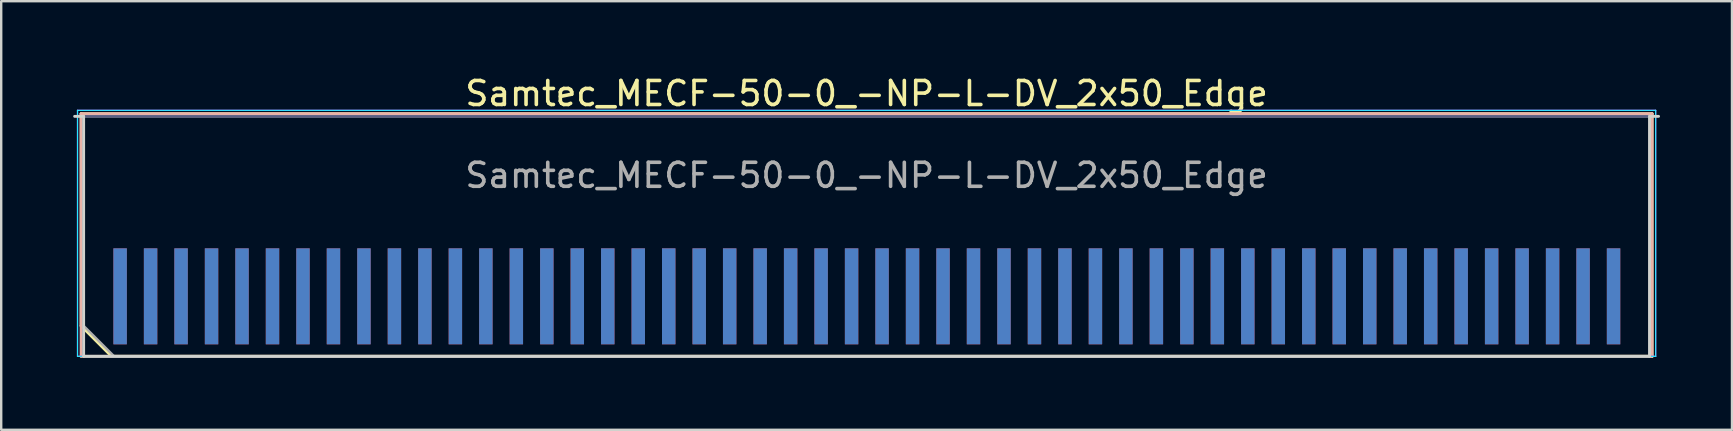
<source format=kicad_pcb>
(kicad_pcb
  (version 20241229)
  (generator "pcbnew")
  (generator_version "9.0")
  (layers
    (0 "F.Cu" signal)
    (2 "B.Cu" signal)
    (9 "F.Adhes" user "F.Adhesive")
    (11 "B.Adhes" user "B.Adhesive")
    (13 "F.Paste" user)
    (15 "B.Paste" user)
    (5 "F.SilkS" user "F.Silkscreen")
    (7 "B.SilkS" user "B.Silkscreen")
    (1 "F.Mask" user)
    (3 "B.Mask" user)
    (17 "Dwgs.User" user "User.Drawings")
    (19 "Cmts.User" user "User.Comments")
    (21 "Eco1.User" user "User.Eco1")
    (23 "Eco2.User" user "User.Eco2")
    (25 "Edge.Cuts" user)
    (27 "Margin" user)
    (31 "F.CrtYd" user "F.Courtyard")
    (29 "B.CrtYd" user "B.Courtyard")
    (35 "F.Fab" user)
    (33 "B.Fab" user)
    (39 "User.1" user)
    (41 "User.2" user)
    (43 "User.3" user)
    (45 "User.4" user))
  (footprint "Samtec_MECF-50-0_-NP-L-DV_2x50_Edge"
    (layer "F.Cu")
    (at 33.06 6.798)
    (property "Reference" "Samtec_MECF-50-0_-NP-L-DV_2x50_Edge" (at 0 -5.95 0) (layer "F.SilkS") (effects (font (size 1 1) (thickness 0.15))))
    (attr exclude_from_pos_files exclude_from_bom)
    (fp_line (start -32.73 -5.11) (end 32.73 -5.11) (stroke (width 0.12) (type solid)) (layer "F.SilkS"))
    (fp_line (start -32.73 3.73) (end -32.73 -5.11) (stroke (width 0.12) (type solid)) (layer "F.SilkS"))
    (fp_line (start -31.46 5) (end -32.73 3.73) (stroke (width 0.12) (type solid)) (layer "F.SilkS"))
    (fp_line (start -31.46 5) (end 32.73 5) (stroke (width 0.12) (type solid)) (layer "F.SilkS"))
    (fp_line (start 32.73 5) (end 32.73 -5.11) (stroke (width 0.12) (type solid)) (layer "F.SilkS"))
    (fp_line (start -32.73 -5.11) (end 32.73 -5.11) (stroke (width 0.12) (type solid)) (layer "B.SilkS"))
    (fp_line (start -32.73 5) (end -32.73 -5.11) (stroke (width 0.12) (type solid)) (layer "B.SilkS"))
    (fp_line (start -32.73 5) (end 32.73 5) (stroke (width 0.12) (type solid)) (layer "B.SilkS"))
    (fp_line (start 32.73 5) (end 32.73 -5.11) (stroke (width 0.12) (type solid)) (layer "B.SilkS"))
    (fp_line (start -33 -5) (end -32.625 -5) (stroke (width 0.12) (type solid)) (layer "Edge.Cuts"))
    (fp_line (start -32.625 5) (end -32.625 -5) (stroke (width 0.12) (type solid)) (layer "Edge.Cuts"))
    (fp_line (start -32.625 5) (end 32.625 5) (stroke (width 0.12) (type solid)) (layer "Edge.Cuts"))
    (fp_line (start 32.625 5) (end 32.625 -5) (stroke (width 0.12) (type solid)) (layer "Edge.Cuts"))
    (fp_line (start 33 -5) (end 32.625 -5) (stroke (width 0.12) (type solid)) (layer "Edge.Cuts"))
    (fp_line (start -32.88 -5.25) (end -32.88 5) (stroke (width 0.05) (type solid)) (layer "B.CrtYd"))
    (fp_line (start -32.88 5) (end 32.88 5) (stroke (width 0.05) (type solid)) (layer "B.CrtYd"))
    (fp_line (start 32.88 -5.25) (end -32.88 -5.25) (stroke (width 0.05) (type solid)) (layer "B.CrtYd"))
    (fp_line (start 32.88 5) (end 32.88 -5.25) (stroke (width 0.05) (type solid)) (layer "B.CrtYd"))
    (fp_line (start -32.88 -5.25) (end -32.88 5) (stroke (width 0.05) (type solid)) (layer "F.CrtYd"))
    (fp_line (start -32.88 5) (end 32.88 5) (stroke (width 0.05) (type solid)) (layer "F.CrtYd"))
    (fp_line (start 32.88 -5.25) (end -32.88 -5.25) (stroke (width 0.05) (type solid)) (layer "F.CrtYd"))
    (fp_line (start 32.88 5) (end 32.88 -5.25) (stroke (width 0.05) (type solid)) (layer "F.CrtYd"))
    (fp_line (start -32.625 -5) (end 32.625 -5) (stroke (width 0.1) (type solid)) (layer "B.Fab"))
    (fp_line (start -32.625 5) (end -32.625 -5) (stroke (width 0.1) (type solid)) (layer "B.Fab"))
    (fp_line (start -32.625 5) (end 32.625 5) (stroke (width 0.1) (type solid)) (layer "B.Fab"))
    (fp_line (start 32.625 5) (end 32.625 -5) (stroke (width 0.1) (type solid)) (layer "B.Fab"))
    (fp_line (start -32.625 -5) (end 32.625 -5) (stroke (width 0.1) (type solid)) (layer "F.Fab"))
    (fp_line (start -32.625 3.73) (end -32.625 -5) (stroke (width 0.1) (type solid)) (layer "F.Fab"))
    (fp_line (start -32.625 3.73) (end -31.355 5) (stroke (width 0.1) (type solid)) (layer "F.Fab"))
    (fp_line (start -31.355 5) (end 32.625 5) (stroke (width 0.1) (type solid)) (layer "F.Fab"))
    (fp_line (start 32.625 5) (end 32.625 -5) (stroke (width 0.1) (type solid)) (layer "F.Fab"))
    (fp_text user "${REFERENCE}" (at 0 -2.54 0) (layer "F.Fab") (effects (font (size 1 1) (thickness 0.15))))
    (pad "1" connect rect (at -31.105 2.5) (size 0.56 4) (layers "F.Cu" "F.Mask"))
    (pad "2" connect rect (at -31.105 2.5) (size 0.56 4) (layers "B.Cu" "B.Mask"))
    (pad "3" connect rect (at -29.835 2.5) (size 0.56 4) (layers "F.Cu" "F.Mask"))
    (pad "4" connect rect (at -29.835 2.5) (size 0.56 4) (layers "B.Cu" "B.Mask"))
    (pad "5" connect rect (at -28.565 2.5) (size 0.56 4) (layers "F.Cu" "F.Mask"))
    (pad "6" connect rect (at -28.565 2.5) (size 0.56 4) (layers "B.Cu" "B.Mask"))
    (pad "7" connect rect (at -27.295 2.5) (size 0.56 4) (layers "F.Cu" "F.Mask"))
    (pad "8" connect rect (at -27.295 2.5) (size 0.56 4) (layers "B.Cu" "B.Mask"))
    (pad "9" connect rect (at -26.025 2.5) (size 0.56 4) (layers "F.Cu" "F.Mask"))
    (pad "10" connect rect (at -26.025 2.5) (size 0.56 4) (layers "B.Cu" "B.Mask"))
    (pad "11" connect rect (at -24.755 2.5) (size 0.56 4) (layers "F.Cu" "F.Mask"))
    (pad "12" connect rect (at -24.755 2.5) (size 0.56 4) (layers "B.Cu" "B.Mask"))
    (pad "13" connect rect (at -23.485 2.5) (size 0.56 4) (layers "F.Cu" "F.Mask"))
    (pad "14" connect rect (at -23.485 2.5) (size 0.56 4) (layers "B.Cu" "B.Mask"))
    (pad "15" connect rect (at -22.215 2.5) (size 0.56 4) (layers "F.Cu" "F.Mask"))
    (pad "16" connect rect (at -22.215 2.5) (size 0.56 4) (layers "B.Cu" "B.Mask"))
    (pad "17" connect rect (at -20.945 2.5) (size 0.56 4) (layers "F.Cu" "F.Mask"))
    (pad "18" connect rect (at -20.945 2.5) (size 0.56 4) (layers "B.Cu" "B.Mask"))
    (pad "19" connect rect (at -19.675 2.5) (size 0.56 4) (layers "F.Cu" "F.Mask"))
    (pad "20" connect rect (at -19.675 2.5) (size 0.56 4) (layers "B.Cu" "B.Mask"))
    (pad "21" connect rect (at -18.405 2.5) (size 0.56 4) (layers "F.Cu" "F.Mask"))
    (pad "22" connect rect (at -18.405 2.5) (size 0.56 4) (layers "B.Cu" "B.Mask"))
    (pad "23" connect rect (at -17.135 2.5) (size 0.56 4) (layers "F.Cu" "F.Mask"))
    (pad "24" connect rect (at -17.135 2.5) (size 0.56 4) (layers "B.Cu" "B.Mask"))
    (pad "25" connect rect (at -15.865 2.5) (size 0.56 4) (layers "F.Cu" "F.Mask"))
    (pad "26" connect rect (at -15.865 2.5) (size 0.56 4) (layers "B.Cu" "B.Mask"))
    (pad "27" connect rect (at -14.595 2.5) (size 0.56 4) (layers "F.Cu" "F.Mask"))
    (pad "28" connect rect (at -14.595 2.5) (size 0.56 4) (layers "B.Cu" "B.Mask"))
    (pad "29" connect rect (at -13.325 2.5) (size 0.56 4) (layers "F.Cu" "F.Mask"))
    (pad "30" connect rect (at -13.325 2.5) (size 0.56 4) (layers "B.Cu" "B.Mask"))
    (pad "31" connect rect (at -12.055 2.5) (size 0.56 4) (layers "F.Cu" "F.Mask"))
    (pad "32" connect rect (at -12.055 2.5) (size 0.56 4) (layers "B.Cu" "B.Mask"))
    (pad "33" connect rect (at -10.785 2.5) (size 0.56 4) (layers "F.Cu" "F.Mask"))
    (pad "34" connect rect (at -10.785 2.5) (size 0.56 4) (layers "B.Cu" "B.Mask"))
    (pad "35" connect rect (at -9.515 2.5) (size 0.56 4) (layers "F.Cu" "F.Mask"))
    (pad "36" connect rect (at -9.515 2.5) (size 0.56 4) (layers "B.Cu" "B.Mask"))
    (pad "37" connect rect (at -8.245 2.5) (size 0.56 4) (layers "F.Cu" "F.Mask"))
    (pad "38" connect rect (at -8.245 2.5) (size 0.56 4) (layers "B.Cu" "B.Mask"))
    (pad "39" connect rect (at -6.975 2.5) (size 0.56 4) (layers "F.Cu" "F.Mask"))
    (pad "40" connect rect (at -6.975 2.5) (size 0.56 4) (layers "B.Cu" "B.Mask"))
    (pad "41" connect rect (at -5.705 2.5) (size 0.56 4) (layers "F.Cu" "F.Mask"))
    (pad "42" connect rect (at -5.705 2.5) (size 0.56 4) (layers "B.Cu" "B.Mask"))
    (pad "43" connect rect (at -4.435 2.5) (size 0.56 4) (layers "F.Cu" "F.Mask"))
    (pad "44" connect rect (at -4.435 2.5) (size 0.56 4) (layers "B.Cu" "B.Mask"))
    (pad "45" connect rect (at -3.165 2.5) (size 0.56 4) (layers "F.Cu" "F.Mask"))
    (pad "46" connect rect (at -3.165 2.5) (size 0.56 4) (layers "B.Cu" "B.Mask"))
    (pad "47" connect rect (at -1.895 2.5) (size 0.56 4) (layers "F.Cu" "F.Mask"))
    (pad "48" connect rect (at -1.895 2.5) (size 0.56 4) (layers "B.Cu" "B.Mask"))
    (pad "49" connect rect (at -0.625 2.5) (size 0.56 4) (layers "F.Cu" "F.Mask"))
    (pad "50" connect rect (at -0.625 2.5) (size 0.56 4) (layers "B.Cu" "B.Mask"))
    (pad "51" connect rect (at 0.645 2.5) (size 0.56 4) (layers "F.Cu" "F.Mask"))
    (pad "52" connect rect (at 0.645 2.5) (size 0.56 4) (layers "B.Cu" "B.Mask"))
    (pad "53" connect rect (at 1.915 2.5) (size 0.56 4) (layers "F.Cu" "F.Mask"))
    (pad "54" connect rect (at 1.915 2.5) (size 0.56 4) (layers "B.Cu" "B.Mask"))
    (pad "55" connect rect (at 3.185 2.5) (size 0.56 4) (layers "F.Cu" "F.Mask"))
    (pad "56" connect rect (at 3.185 2.5) (size 0.56 4) (layers "B.Cu" "B.Mask"))
    (pad "57" connect rect (at 4.455 2.5) (size 0.56 4) (layers "F.Cu" "F.Mask"))
    (pad "58" connect rect (at 4.455 2.5) (size 0.56 4) (layers "B.Cu" "B.Mask"))
    (pad "59" connect rect (at 5.725 2.5) (size 0.56 4) (layers "F.Cu" "F.Mask"))
    (pad "60" connect rect (at 5.725 2.5) (size 0.56 4) (layers "B.Cu" "B.Mask"))
    (pad "61" connect rect (at 6.995 2.5) (size 0.56 4) (layers "F.Cu" "F.Mask"))
    (pad "62" connect rect (at 6.995 2.5) (size 0.56 4) (layers "B.Cu" "B.Mask"))
    (pad "63" connect rect (at 8.265 2.5) (size 0.56 4) (layers "F.Cu" "F.Mask"))
    (pad "64" connect rect (at 8.265 2.5) (size 0.56 4) (layers "B.Cu" "B.Mask"))
    (pad "65" connect rect (at 9.535 2.5) (size 0.56 4) (layers "F.Cu" "F.Mask"))
    (pad "66" connect rect (at 9.535 2.5) (size 0.56 4) (layers "B.Cu" "B.Mask"))
    (pad "67" connect rect (at 10.805 2.5) (size 0.56 4) (layers "F.Cu" "F.Mask"))
    (pad "68" connect rect (at 10.805 2.5) (size 0.56 4) (layers "B.Cu" "B.Mask"))
    (pad "69" connect rect (at 12.075 2.5) (size 0.56 4) (layers "F.Cu" "F.Mask"))
    (pad "70" connect rect (at 12.075 2.5) (size 0.56 4) (layers "B.Cu" "B.Mask"))
    (pad "71" connect rect (at 13.345 2.5) (size 0.56 4) (layers "F.Cu" "F.Mask"))
    (pad "72" connect rect (at 13.345 2.5) (size 0.56 4) (layers "B.Cu" "B.Mask"))
    (pad "73" connect rect (at 14.615 2.5) (size 0.56 4) (layers "F.Cu" "F.Mask"))
    (pad "74" connect rect (at 14.615 2.5) (size 0.56 4) (layers "B.Cu" "B.Mask"))
    (pad "75" connect rect (at 15.885 2.5) (size 0.56 4) (layers "F.Cu" "F.Mask"))
    (pad "76" connect rect (at 15.885 2.5) (size 0.56 4) (layers "B.Cu" "B.Mask"))
    (pad "77" connect rect (at 17.155 2.5) (size 0.56 4) (layers "F.Cu" "F.Mask"))
    (pad "78" connect rect (at 17.155 2.5) (size 0.56 4) (layers "B.Cu" "B.Mask"))
    (pad "79" connect rect (at 18.425 2.5) (size 0.56 4) (layers "F.Cu" "F.Mask"))
    (pad "80" connect rect (at 18.425 2.5) (size 0.56 4) (layers "B.Cu" "B.Mask"))
    (pad "81" connect rect (at 19.695 2.5) (size 0.56 4) (layers "F.Cu" "F.Mask"))
    (pad "82" connect rect (at 19.695 2.5) (size 0.56 4) (layers "B.Cu" "B.Mask"))
    (pad "83" connect rect (at 20.965 2.5) (size 0.56 4) (layers "F.Cu" "F.Mask"))
    (pad "84" connect rect (at 20.965 2.5) (size 0.56 4) (layers "B.Cu" "B.Mask"))
    (pad "85" connect rect (at 22.235 2.5) (size 0.56 4) (layers "F.Cu" "F.Mask"))
    (pad "86" connect rect (at 22.235 2.5) (size 0.56 4) (layers "B.Cu" "B.Mask"))
    (pad "87" connect rect (at 23.505 2.5) (size 0.56 4) (layers "F.Cu" "F.Mask"))
    (pad "88" connect rect (at 23.505 2.5) (size 0.56 4) (layers "B.Cu" "B.Mask"))
    (pad "89" connect rect (at 24.775 2.5) (size 0.56 4) (layers "F.Cu" "F.Mask"))
    (pad "90" connect rect (at 24.775 2.5) (size 0.56 4) (layers "B.Cu" "B.Mask"))
    (pad "91" connect rect (at 26.045 2.5) (size 0.56 4) (layers "F.Cu" "F.Mask"))
    (pad "92" connect rect (at 26.045 2.5) (size 0.56 4) (layers "B.Cu" "B.Mask"))
    (pad "93" connect rect (at 27.315 2.5) (size 0.56 4) (layers "F.Cu" "F.Mask"))
    (pad "94" connect rect (at 27.315 2.5) (size 0.56 4) (layers "B.Cu" "B.Mask"))
    (pad "95" connect rect (at 28.585 2.5) (size 0.56 4) (layers "F.Cu" "F.Mask"))
    (pad "96" connect rect (at 28.585 2.5) (size 0.56 4) (layers "B.Cu" "B.Mask"))
    (pad "97" connect rect (at 29.855 2.5) (size 0.56 4) (layers "F.Cu" "F.Mask"))
    (pad "98" connect rect (at 29.855 2.5) (size 0.56 4) (layers "B.Cu" "B.Mask"))
    (pad "99" connect rect (at 31.125 2.5) (size 0.56 4) (layers "F.Cu" "F.Mask"))
    (pad "100" connect rect (at 31.125 2.5) (size 0.56 4) (layers "B.Cu" "B.Mask")))
  (gr_rect
    (start -3 -3)
    (end 69.12 14.858)
    (stroke (width 0.1) (type default))
    (fill no)
    (layer "Edge.Cuts")))
</source>
